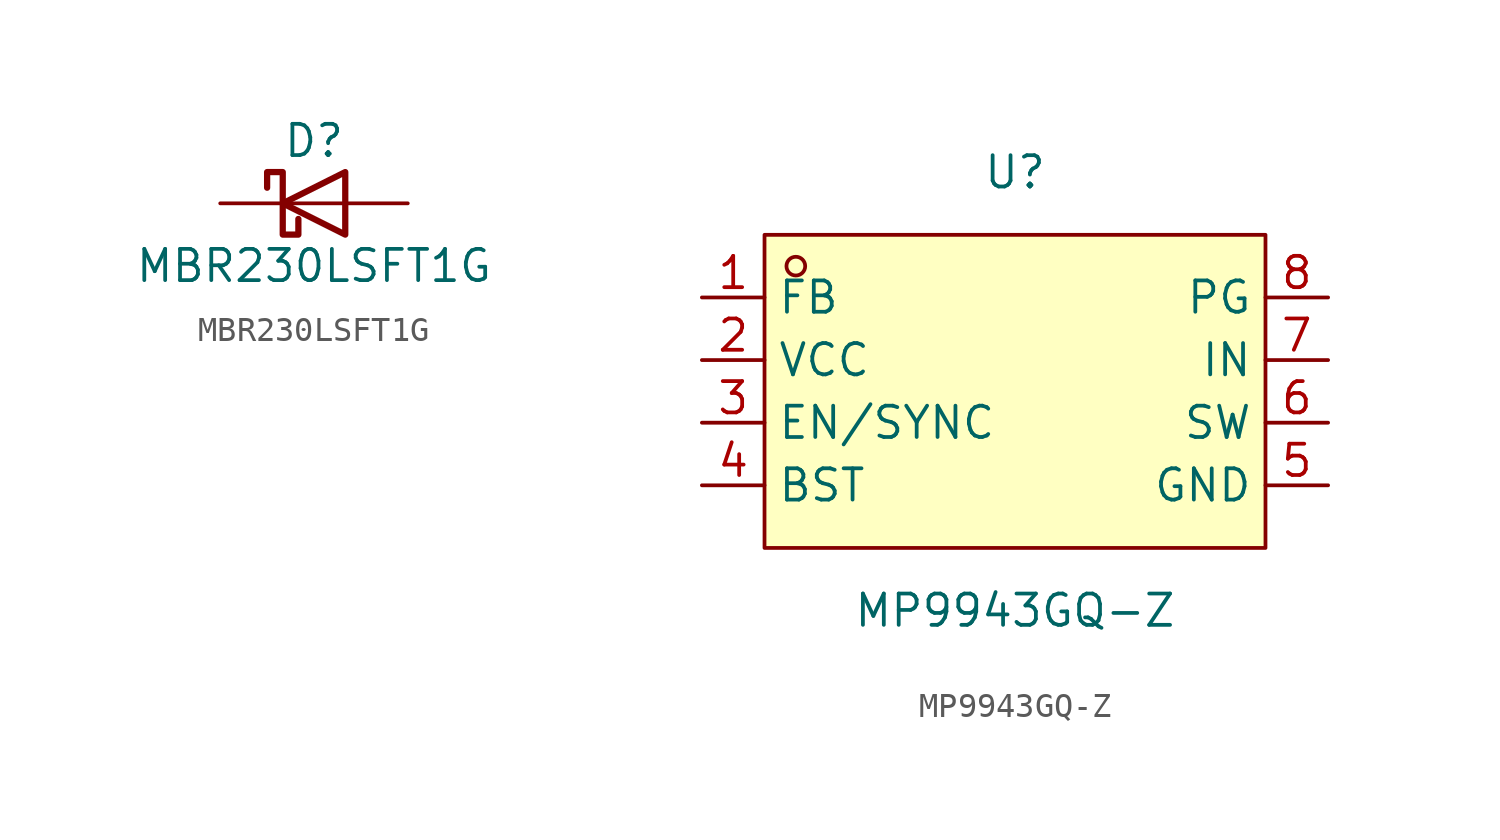
<source format=kicad_sym>
(kicad_symbol_lib
  (version 20231120)
  (generator "kicad_symbol_editor")
  (generator_version "8.0")
  (symbol "MBR230LSFT1G"
    (pin_numbers hide)
    (pin_names
      (offset 1.016) hide)
    (property "Reference" "D"
      (at 0 2.54 0)
      (effects (font (size 1.27 1.27))))
    (property "Value" "MBR230LSFT1G"
      (at 0 -2.54 0)
      (effects (font (size 1.27 1.27))))
    (symbol "MBR230LSFT1G_0_1"
      (polyline (pts (xy 1.27 0) (xy -1.27 0)) (stroke (width 0) (type default)) (fill (type none)))
      (polyline (pts (xy 1.27 1.27) (xy 1.27 -1.27) (xy -1.27 0) (xy 1.27 1.27)) (stroke (width 0.254) (type default)) (fill (type none)))
      (polyline (pts (xy -1.905 0.635) (xy -1.905 1.27) (xy -1.27 1.27) (xy -1.27 -1.27) (xy -0.635 -1.27) (xy -0.635 -0.635)) (stroke (width 0.254) (type default)) (fill (type none))))
    (symbol "MBR230LSFT1G_1_1"
      (pin passive line (at 3.81 0 180) (length 2.54) (name "A" (effects (font (size 1.27 1.27)))) (number "1" (effects (font (size 1.27 1.27)))))
      (pin passive line (at -3.81 0 0) (length 2.54) (name "K" (effects (font (size 1.27 1.27)))) (number "2" (effects (font (size 1.27 1.27)))))))
  (symbol "MP9943GQ-Z"
    (property "Reference" "U"
      (at 0 8.89 0)
      (effects (font (size 1.27 1.27))))
    (property "Value" "MP9943GQ-Z"
      (at 0 -8.89 0)
      (effects (font (size 1.27 1.27))))
    (symbol "MP9943GQ-Z_0_1"
      (rectangle (start -10.16 6.35) (end 10.16 -6.35) (stroke (width 0) (type default)) (fill (type background)))
      (circle (center -8.89 5.08) (radius 0.38) (stroke (width 0) (type default)) (fill (type none)))
      (pin unspecified line (at -12.7 3.81 0) (length 2.54) (name "FB" (effects (font (size 1.27 1.27)))) (number "1" (effects (font (size 1.27 1.27)))))
      (pin unspecified line (at -12.7 1.27 0) (length 2.54) (name "VCC" (effects (font (size 1.27 1.27)))) (number "2" (effects (font (size 1.27 1.27)))))
      (pin unspecified line (at -12.7 -1.27 0) (length 2.54) (name "EN/SYNC" (effects (font (size 1.27 1.27)))) (number "3" (effects (font (size 1.27 1.27)))))
      (pin unspecified line (at -12.7 -3.81 0) (length 2.54) (name "BST" (effects (font (size 1.27 1.27)))) (number "4" (effects (font (size 1.27 1.27)))))
      (pin unspecified line (at 12.7 -3.81 180) (length 2.54) (name "GND" (effects (font (size 1.27 1.27)))) (number "5" (effects (font (size 1.27 1.27)))))
      (pin unspecified line (at 12.7 -1.27 180) (length 2.54) (name "SW" (effects (font (size 1.27 1.27)))) (number "6" (effects (font (size 1.27 1.27)))))
      (pin unspecified line (at 12.7 1.27 180) (length 2.54) (name "IN" (effects (font (size 1.27 1.27)))) (number "7" (effects (font (size 1.27 1.27)))))
      (pin unspecified line (at 12.7 3.81 180) (length 2.54) (name "PG" (effects (font (size 1.27 1.27)))) (number "8" (effects (font (size 1.27 1.27))))))))
</source>
